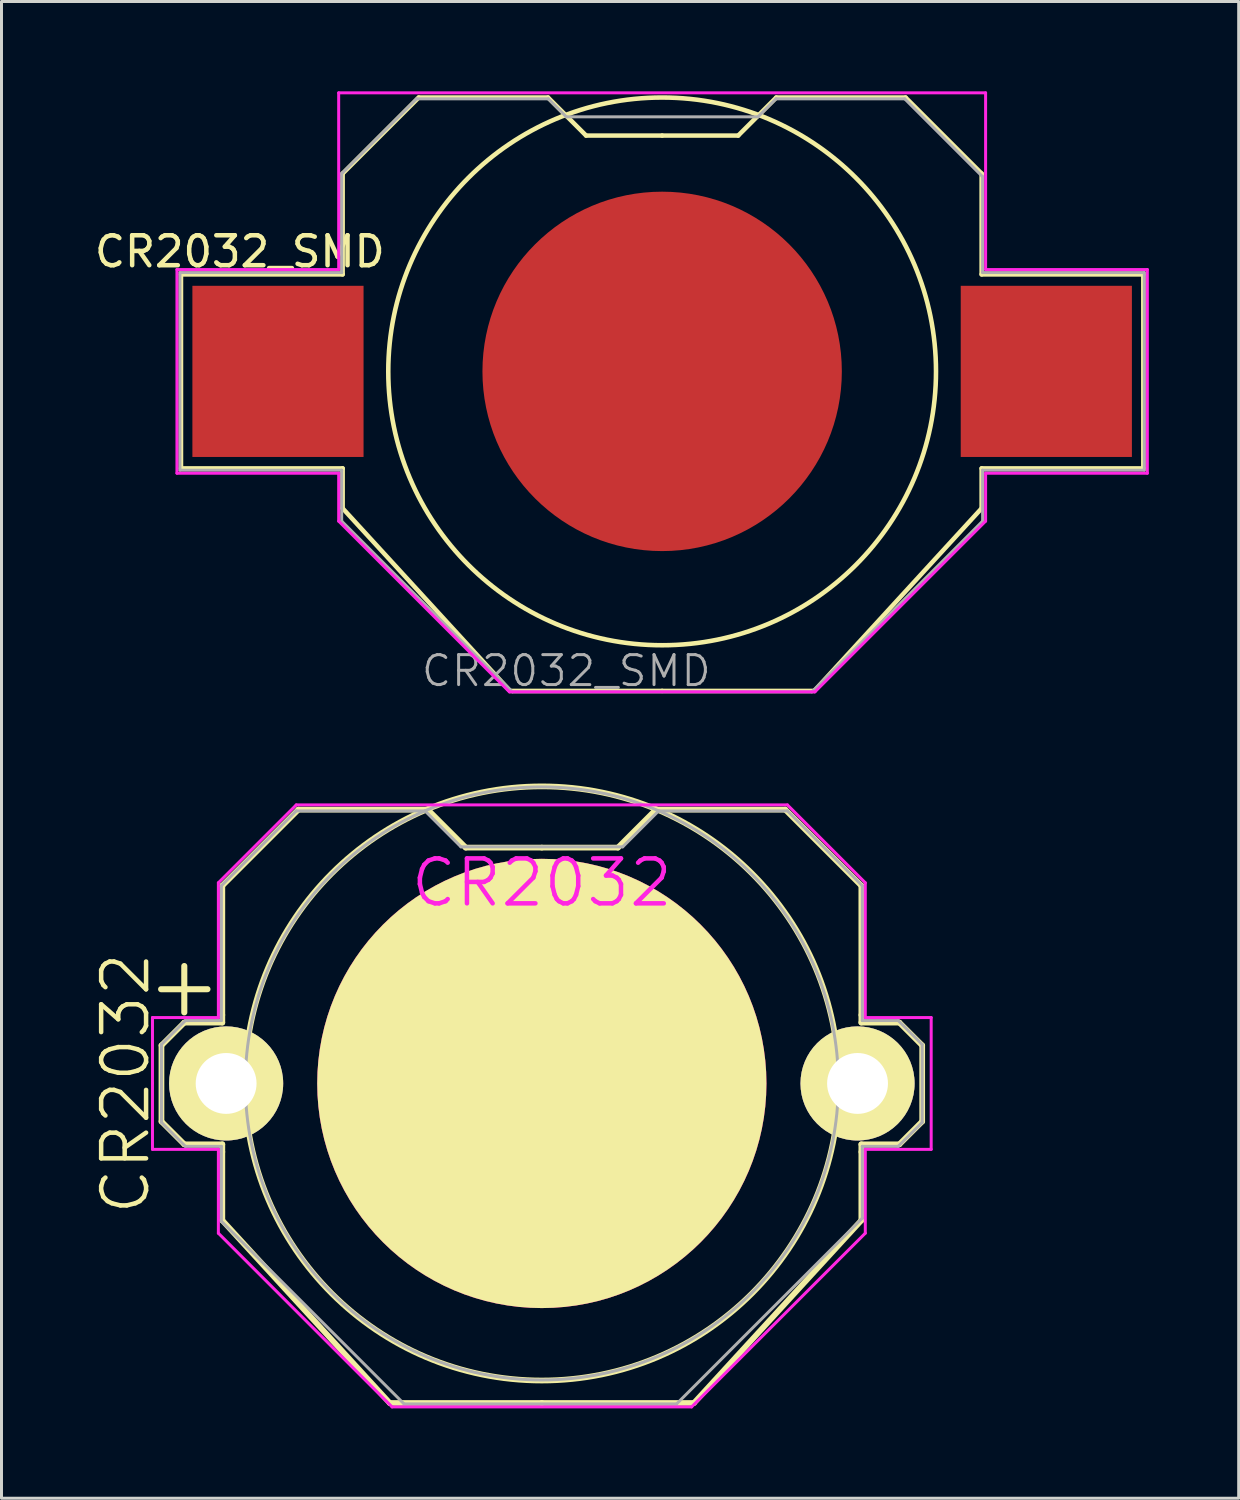
<source format=kicad_pcb>
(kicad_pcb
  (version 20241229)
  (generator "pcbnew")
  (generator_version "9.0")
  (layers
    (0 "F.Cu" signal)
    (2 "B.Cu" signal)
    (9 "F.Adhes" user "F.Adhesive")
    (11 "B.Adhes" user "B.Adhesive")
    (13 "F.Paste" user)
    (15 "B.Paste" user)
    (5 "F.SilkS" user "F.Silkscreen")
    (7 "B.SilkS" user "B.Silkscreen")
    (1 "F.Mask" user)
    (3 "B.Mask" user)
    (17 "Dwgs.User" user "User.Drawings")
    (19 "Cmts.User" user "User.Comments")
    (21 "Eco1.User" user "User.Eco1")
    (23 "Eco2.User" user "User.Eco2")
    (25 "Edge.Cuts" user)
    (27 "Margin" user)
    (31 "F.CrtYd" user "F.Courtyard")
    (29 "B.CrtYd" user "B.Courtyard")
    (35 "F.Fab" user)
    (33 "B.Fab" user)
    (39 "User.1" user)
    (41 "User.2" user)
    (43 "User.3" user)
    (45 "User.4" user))
  (footprint "CR2032_SMD"
    (layer "F.Cu")
    (at 19.058 9.35)
    (property "Reference" "CR2032_SMD" (at -14.1 -4 0) (layer "F.SilkS") (effects (font (size 1 1) (thickness 0.15))))
    (attr smd)
    (fp_line (start -16.066 -3.239) (end -10.668 -3.239) (stroke (width 0.152) (type solid)) (layer "F.SilkS"))
    (fp_line (start -16.066 3.239) (end -16.066 -3.239) (stroke (width 0.152) (type solid)) (layer "F.SilkS"))
    (fp_line (start -10.668 -6.604) (end -8.128 -9.144) (stroke (width 0.15) (type solid)) (layer "F.SilkS"))
    (fp_line (start -10.668 -3.239) (end -10.668 -6.604) (stroke (width 0.152) (type solid)) (layer "F.SilkS"))
    (fp_line (start -10.668 3.239) (end -16.066 3.239) (stroke (width 0.152) (type solid)) (layer "F.SilkS"))
    (fp_line (start -10.668 4.572) (end -10.668 3.239) (stroke (width 0.152) (type solid)) (layer "F.SilkS"))
    (fp_line (start -8.128 -9.144) (end -3.81 -9.144) (stroke (width 0.15) (type solid)) (layer "F.SilkS"))
    (fp_line (start -5.08 10.668) (end -10.668 4.572) (stroke (width 0.15) (type solid)) (layer "F.SilkS"))
    (fp_line (start -3.81 -9.144) (end -2.54 -7.874) (stroke (width 0.15) (type solid)) (layer "F.SilkS"))
    (fp_line (start -2.54 -7.874) (end 0 -7.874) (stroke (width 0.15) (type solid)) (layer "F.SilkS"))
    (fp_line (start 0 -7.874) (end 2.54 -7.874) (stroke (width 0.15) (type solid)) (layer "F.SilkS"))
    (fp_line (start 0 10.668) (end -5.08 10.668) (stroke (width 0.15) (type solid)) (layer "F.SilkS"))
    (fp_line (start 2.54 -7.874) (end 3.81 -9.144) (stroke (width 0.15) (type solid)) (layer "F.SilkS"))
    (fp_line (start 3.81 -9.144) (end 8.128 -9.144) (stroke (width 0.15) (type solid)) (layer "F.SilkS"))
    (fp_line (start 5.08 10.668) (end 0 10.668) (stroke (width 0.15) (type solid)) (layer "F.SilkS"))
    (fp_line (start 8.128 -9.144) (end 10.668 -6.604) (stroke (width 0.15) (type solid)) (layer "F.SilkS"))
    (fp_line (start 10.668 -3.239) (end 10.668 -6.604) (stroke (width 0.152) (type solid)) (layer "F.SilkS"))
    (fp_line (start 10.668 3.239) (end 16.066 3.239) (stroke (width 0.152) (type solid)) (layer "F.SilkS"))
    (fp_line (start 10.668 4.572) (end 5.08 10.668) (stroke (width 0.15) (type solid)) (layer "F.SilkS"))
    (fp_line (start 10.668 4.572) (end 10.668 3.239) (stroke (width 0.152) (type solid)) (layer "F.SilkS"))
    (fp_line (start 16.066 -3.239) (end 10.668 -3.239) (stroke (width 0.152) (type solid)) (layer "F.SilkS"))
    (fp_line (start 16.066 3.239) (end 16.066 -3.239) (stroke (width 0.152) (type solid)) (layer "F.SilkS"))
    (fp_circle (center 0 0) (end 0 -9.144) (stroke (width 0.152) (type solid)) (fill no) (layer "F.SilkS"))
    (fp_line (start -16.2 -3.4) (end -16.2 3.4) (stroke (width 0.1) (type solid)) (layer "F.CrtYd"))
    (fp_line (start -16.2 -3.4) (end -10.8 -3.4) (stroke (width 0.1) (type solid)) (layer "F.CrtYd"))
    (fp_line (start -16.2 3.4) (end -10.8 3.4) (stroke (width 0.1) (type solid)) (layer "F.CrtYd"))
    (fp_line (start -10.8 -9.3) (end 10.8 -9.3) (stroke (width 0.1) (type solid)) (layer "F.CrtYd"))
    (fp_line (start -10.8 -3.4) (end -10.8 -9.3) (stroke (width 0.1) (type solid)) (layer "F.CrtYd"))
    (fp_line (start -10.8 3.4) (end -10.8 5) (stroke (width 0.1) (type solid)) (layer "F.CrtYd"))
    (fp_line (start -10.8 5) (end -5.1 10.7) (stroke (width 0.1) (type solid)) (layer "F.CrtYd"))
    (fp_line (start -5.1 10.7) (end 5.1 10.7) (stroke (width 0.1) (type solid)) (layer "F.CrtYd"))
    (fp_line (start 5.1 10.7) (end 10.8 5) (stroke (width 0.1) (type solid)) (layer "F.CrtYd"))
    (fp_line (start 10.8 -9.3) (end 10.8 -3.4) (stroke (width 0.1) (type solid)) (layer "F.CrtYd"))
    (fp_line (start 10.8 -3.4) (end 16.2 -3.4) (stroke (width 0.1) (type solid)) (layer "F.CrtYd"))
    (fp_line (start 10.8 3.4) (end 10.8 5) (stroke (width 0.1) (type solid)) (layer "F.CrtYd"))
    (fp_line (start 16.2 -3.4) (end 16.2 3.4) (stroke (width 0.1) (type solid)) (layer "F.CrtYd"))
    (fp_line (start 16.2 3.4) (end 10.8 3.4) (stroke (width 0.1) (type solid)) (layer "F.CrtYd"))
    (fp_line (start -16.1 -3.3) (end -16.1 3.3) (stroke (width 0.1) (type solid)) (layer "F.Fab"))
    (fp_line (start -16.1 -3.3) (end -10.7 -3.3) (stroke (width 0.1) (type solid)) (layer "F.Fab"))
    (fp_line (start -16.1 3.3) (end -10.7 3.3) (stroke (width 0.1) (type solid)) (layer "F.Fab"))
    (fp_line (start -10.7 -6.6) (end -8.2 -9.1) (stroke (width 0.1) (type solid)) (layer "F.Fab"))
    (fp_line (start -10.7 -3.3) (end -10.7 -6.6) (stroke (width 0.1) (type solid)) (layer "F.Fab"))
    (fp_line (start -10.7 3.3) (end -10.7 5) (stroke (width 0.1) (type solid)) (layer "F.Fab"))
    (fp_line (start -10.7 5) (end -5 10.7) (stroke (width 0.1) (type solid)) (layer "F.Fab"))
    (fp_line (start -8.2 -9.1) (end -3.8 -9.1) (stroke (width 0.1) (type solid)) (layer "F.Fab"))
    (fp_line (start -5 10.7) (end 5 10.7) (stroke (width 0.1) (type solid)) (layer "F.Fab"))
    (fp_line (start -3.8 -9.1) (end -3.2 -8.5) (stroke (width 0.1) (type solid)) (layer "F.Fab"))
    (fp_line (start -3.2 -8.5) (end 3.2 -8.5) (stroke (width 0.1) (type solid)) (layer "F.Fab"))
    (fp_line (start 3.2 -8.5) (end 3.8 -9.1) (stroke (width 0.1) (type solid)) (layer "F.Fab"))
    (fp_line (start 3.8 -9.1) (end 8.1 -9.1) (stroke (width 0.1) (type solid)) (layer "F.Fab"))
    (fp_line (start 8.1 -9.1) (end 10.7 -6.5) (stroke (width 0.1) (type solid)) (layer "F.Fab"))
    (fp_line (start 10.7 -6.5) (end 10.7 -3.3) (stroke (width 0.1) (type solid)) (layer "F.Fab"))
    (fp_line (start 10.7 -3.3) (end 16.1 -3.3) (stroke (width 0.1) (type solid)) (layer "F.Fab"))
    (fp_line (start 10.7 3.3) (end 10.7 5) (stroke (width 0.1) (type solid)) (layer "F.Fab"))
    (fp_line (start 10.7 5) (end 5 10.7) (stroke (width 0.1) (type solid)) (layer "F.Fab"))
    (fp_line (start 16.1 -3.3) (end 16.1 3.3) (stroke (width 0.1) (type solid)) (layer "F.Fab"))
    (fp_line (start 16.1 3.3) (end 10.7 3.3) (stroke (width 0.1) (type solid)) (layer "F.Fab"))
    (fp_text user "${REFERENCE}" (at -3.2 10 0) (layer "F.Fab") (effects (font (size 1 1) (thickness 0.1))))
    (pad "1" smd rect (at -12.827 0) (size 5.715 5.715) (layers "F.Cu" "F.Mask" "F.Paste"))
    (pad "1" smd rect (at 12.827 0) (size 5.715 5.715) (layers "F.Cu" "F.Mask" "F.Paste"))
    (pad "2" smd circle (at 0 0) (size 12 12) (layers "F.Cu" "F.Mask" "F.Paste")))
  (footprint "CR2032"
    (layer "F.Cu")
    (at 15.041 33.125)
    (property "Reference" "CR2032" (at -13.9 0 90) (layer "F.SilkS") (effects (font (size 1.5 1.5) (thickness 0.15))))
    (attr smd)
    (fp_line (start -12.7 -1.27) (end -11.938 -2.032) (stroke (width 0.191) (type solid)) (layer "F.SilkS"))
    (fp_line (start -12.7 1.27) (end -12.7 -1.27) (stroke (width 0.191) (type solid)) (layer "F.SilkS"))
    (fp_line (start -11.938 -2.032) (end -10.668 -2.032) (stroke (width 0.191) (type solid)) (layer "F.SilkS"))
    (fp_line (start -11.938 2.032) (end -12.7 1.27) (stroke (width 0.191) (type solid)) (layer "F.SilkS"))
    (fp_line (start -10.668 -6.604) (end -10.668 -2.286) (stroke (width 0.191) (type solid)) (layer "F.SilkS"))
    (fp_line (start -10.668 -2.032) (end -10.668 -2.286) (stroke (width 0.191) (type solid)) (layer "F.SilkS"))
    (fp_line (start -10.668 2.032) (end -11.938 2.032) (stroke (width 0.191) (type solid)) (layer "F.SilkS"))
    (fp_line (start -10.668 2.286) (end -10.668 2.032) (stroke (width 0.191) (type solid)) (layer "F.SilkS"))
    (fp_line (start -10.668 4.572) (end -10.668 2.286) (stroke (width 0.191) (type solid)) (layer "F.SilkS"))
    (fp_line (start -8.128 -9.144) (end -10.668 -6.604) (stroke (width 0.191) (type solid)) (layer "F.SilkS"))
    (fp_line (start -8.128 -9.144) (end -3.81 -9.144) (stroke (width 0.191) (type solid)) (layer "F.SilkS"))
    (fp_line (start -5.08 10.668) (end -10.668 4.572) (stroke (width 0.191) (type solid)) (layer "F.SilkS"))
    (fp_line (start -2.54 -7.874) (end -3.81 -9.144) (stroke (width 0.191) (type solid)) (layer "F.SilkS"))
    (fp_line (start 0 -7.874) (end -2.54 -7.874) (stroke (width 0.191) (type solid)) (layer "F.SilkS"))
    (fp_line (start 0 -7.874) (end 2.54 -7.874) (stroke (width 0.191) (type solid)) (layer "F.SilkS"))
    (fp_line (start 0 10.668) (end -5.08 10.668) (stroke (width 0.191) (type solid)) (layer "F.SilkS"))
    (fp_line (start 0 10.668) (end 5.08 10.668) (stroke (width 0.191) (type solid)) (layer "F.SilkS"))
    (fp_line (start 2.54 -7.874) (end 3.81 -9.144) (stroke (width 0.191) (type solid)) (layer "F.SilkS"))
    (fp_line (start 3.81 -9.144) (end 8.128 -9.144) (stroke (width 0.191) (type solid)) (layer "F.SilkS"))
    (fp_line (start 8.128 -9.144) (end 10.668 -6.604) (stroke (width 0.191) (type solid)) (layer "F.SilkS"))
    (fp_line (start 10.668 -6.604) (end 10.668 -2.286) (stroke (width 0.191) (type solid)) (layer "F.SilkS"))
    (fp_line (start 10.668 -2.286) (end 10.668 -2.032) (stroke (width 0.191) (type solid)) (layer "F.SilkS"))
    (fp_line (start 10.668 -2.032) (end 11.938 -2.032) (stroke (width 0.191) (type solid)) (layer "F.SilkS"))
    (fp_line (start 10.668 2.032) (end 10.668 2.286) (stroke (width 0.191) (type solid)) (layer "F.SilkS"))
    (fp_line (start 10.668 4.572) (end 5.08 10.668) (stroke (width 0.191) (type solid)) (layer "F.SilkS"))
    (fp_line (start 10.668 4.572) (end 10.668 2.286) (stroke (width 0.191) (type solid)) (layer "F.SilkS"))
    (fp_line (start 11.938 -2.032) (end 12.7 -1.27) (stroke (width 0.191) (type solid)) (layer "F.SilkS"))
    (fp_line (start 11.938 2.032) (end 10.668 2.032) (stroke (width 0.191) (type solid)) (layer "F.SilkS"))
    (fp_line (start 12.7 -1.27) (end 12.7 1.27) (stroke (width 0.191) (type solid)) (layer "F.SilkS"))
    (fp_line (start 12.7 1.27) (end 11.938 2.032) (stroke (width 0.191) (type solid)) (layer "F.SilkS"))
    (fp_circle (center 0 0) (end 9.906 -0.508) (stroke (width 0.191) (type solid)) (fill no) (layer "F.SilkS"))
    (fp_line (start -13 -2.2) (end -10.8 -2.2) (stroke (width 0.1) (type solid)) (layer "F.CrtYd"))
    (fp_line (start -13 0) (end -13 -2.2) (stroke (width 0.1) (type solid)) (layer "F.CrtYd"))
    (fp_line (start -13 2.2) (end -13 0) (stroke (width 0.1) (type solid)) (layer "F.CrtYd"))
    (fp_line (start -10.8 -6.7) (end -8.2 -9.3) (stroke (width 0.1) (type solid)) (layer "F.CrtYd"))
    (fp_line (start -10.8 -2.2) (end -10.8 -6.7) (stroke (width 0.1) (type solid)) (layer "F.CrtYd"))
    (fp_line (start -10.8 2.2) (end -13 2.2) (stroke (width 0.1) (type solid)) (layer "F.CrtYd"))
    (fp_line (start -10.8 5) (end -10.8 2.2) (stroke (width 0.1) (type solid)) (layer "F.CrtYd"))
    (fp_line (start -8.2 -9.3) (end 8.2 -9.3) (stroke (width 0.1) (type solid)) (layer "F.CrtYd"))
    (fp_line (start -5 10.8) (end -10.8 5) (stroke (width 0.1) (type solid)) (layer "F.CrtYd"))
    (fp_line (start 5 10.8) (end -5 10.8) (stroke (width 0.1) (type solid)) (layer "F.CrtYd"))
    (fp_line (start 8.2 -9.3) (end 10.8 -6.7) (stroke (width 0.1) (type solid)) (layer "F.CrtYd"))
    (fp_line (start 10.8 -6.7) (end 10.8 -2.2) (stroke (width 0.1) (type solid)) (layer "F.CrtYd"))
    (fp_line (start 10.8 -2.2) (end 13 -2.2) (stroke (width 0.1) (type solid)) (layer "F.CrtYd"))
    (fp_line (start 10.8 2.2) (end 10.8 5) (stroke (width 0.1) (type solid)) (layer "F.CrtYd"))
    (fp_line (start 10.8 5) (end 5 10.8) (stroke (width 0.1) (type solid)) (layer "F.CrtYd"))
    (fp_line (start 13 -2.2) (end 13 2.2) (stroke (width 0.1) (type solid)) (layer "F.CrtYd"))
    (fp_line (start 13 2.2) (end 10.8 2.2) (stroke (width 0.1) (type solid)) (layer "F.CrtYd"))
    (fp_line (start -12.7 -1.3) (end -11.9 -2.1) (stroke (width 0.1) (type solid)) (layer "F.Fab"))
    (fp_line (start -12.7 1.3) (end -12.7 -1.3) (stroke (width 0.1) (type solid)) (layer "F.Fab"))
    (fp_line (start -11.9 -2.1) (end -10.7 -2.1) (stroke (width 0.1) (type solid)) (layer "F.Fab"))
    (fp_line (start -11.9 2.1) (end -12.7 1.3) (stroke (width 0.1) (type solid)) (layer "F.Fab"))
    (fp_line (start -10.7 -6.6) (end -8.2 -9.1) (stroke (width 0.1) (type solid)) (layer "F.Fab"))
    (fp_line (start -10.7 -2.1) (end -10.7 -6.6) (stroke (width 0.1) (type solid)) (layer "F.Fab"))
    (fp_line (start -10.7 2.1) (end -11.9 2.1) (stroke (width 0.1) (type solid)) (layer "F.Fab"))
    (fp_line (start -10.7 4.6) (end -10.7 2.1) (stroke (width 0.1) (type solid)) (layer "F.Fab"))
    (fp_line (start -8.2 -9.1) (end -3.9 -9.1) (stroke (width 0.1) (type solid)) (layer "F.Fab"))
    (fp_line (start -4.6 10.7) (end -10.7 4.6) (stroke (width 0.1) (type solid)) (layer "F.Fab"))
    (fp_line (start -3.9 -9.1) (end -2.7 -7.9) (stroke (width 0.1) (type solid)) (layer "F.Fab"))
    (fp_line (start -2.7 -7.9) (end 2.7 -7.9) (stroke (width 0.1) (type solid)) (layer "F.Fab"))
    (fp_line (start 2.7 -7.9) (end 3.9 -9.1) (stroke (width 0.1) (type solid)) (layer "F.Fab"))
    (fp_line (start 3.9 -9.1) (end 8.2 -9.1) (stroke (width 0.1) (type solid)) (layer "F.Fab"))
    (fp_line (start 4.5 10.7) (end -4.6 10.7) (stroke (width 0.1) (type solid)) (layer "F.Fab"))
    (fp_line (start 8.2 -9.1) (end 10.7 -6.6) (stroke (width 0.1) (type solid)) (layer "F.Fab"))
    (fp_line (start 10.7 -6.6) (end 10.7 -2.1) (stroke (width 0.1) (type solid)) (layer "F.Fab"))
    (fp_line (start 10.7 -2.1) (end 11.9 -2.1) (stroke (width 0.1) (type solid)) (layer "F.Fab"))
    (fp_line (start 10.7 2.1) (end 10.7 4.5) (stroke (width 0.1) (type solid)) (layer "F.Fab"))
    (fp_line (start 10.7 4.5) (end 4.5 10.7) (stroke (width 0.1) (type solid)) (layer "F.Fab"))
    (fp_line (start 11.9 -2.1) (end 12.7 -1.3) (stroke (width 0.1) (type solid)) (layer "F.Fab"))
    (fp_line (start 11.9 2.1) (end 10.7 2.1) (stroke (width 0.1) (type solid)) (layer "F.Fab"))
    (fp_line (start 12.7 -1.3) (end 12.7 1.3) (stroke (width 0.1) (type solid)) (layer "F.Fab"))
    (fp_line (start 12.7 1.3) (end 11.9 2.1) (stroke (width 0.1) (type solid)) (layer "F.Fab"))
    (fp_circle (center 0 0) (end -9.9 -0.1) (stroke (width 0.1) (type solid)) (fill no) (layer "F.Fab"))
    (fp_text user "+" (at -11.938 -3.302 0) (layer "F.SilkS") (effects (font (size 2.032 2.032) (thickness 0.203))))
    (fp_text user "${REFERENCE}" (at 0 -6.7 0) (layer "F.CrtYd") (effects (font (size 1.5 1.5) (thickness 0.15))))
    (pad "1" thru_hole circle (at -10.541 0) (size 3.81 3.81) (drill 2.032) (layers "*.Cu" "*.Mask" "F.SilkS"))
    (pad "1" thru_hole circle (at 10.541 0) (size 3.81 3.81) (drill 2.032) (layers "*.Cu" "*.Mask" "F.SilkS"))
    (pad "2" smd circle (at 0 0) (size 15 15) (layers "F.Cu" "F.Mask" "F.SilkS" "F.Adhes" "F.Paste")))
  (gr_rect
    (start -3 -3)
    (end 38.308 46.975)
    (stroke (width 0.1) (type default))
    (fill no)
    (layer "Edge.Cuts")))
</source>
